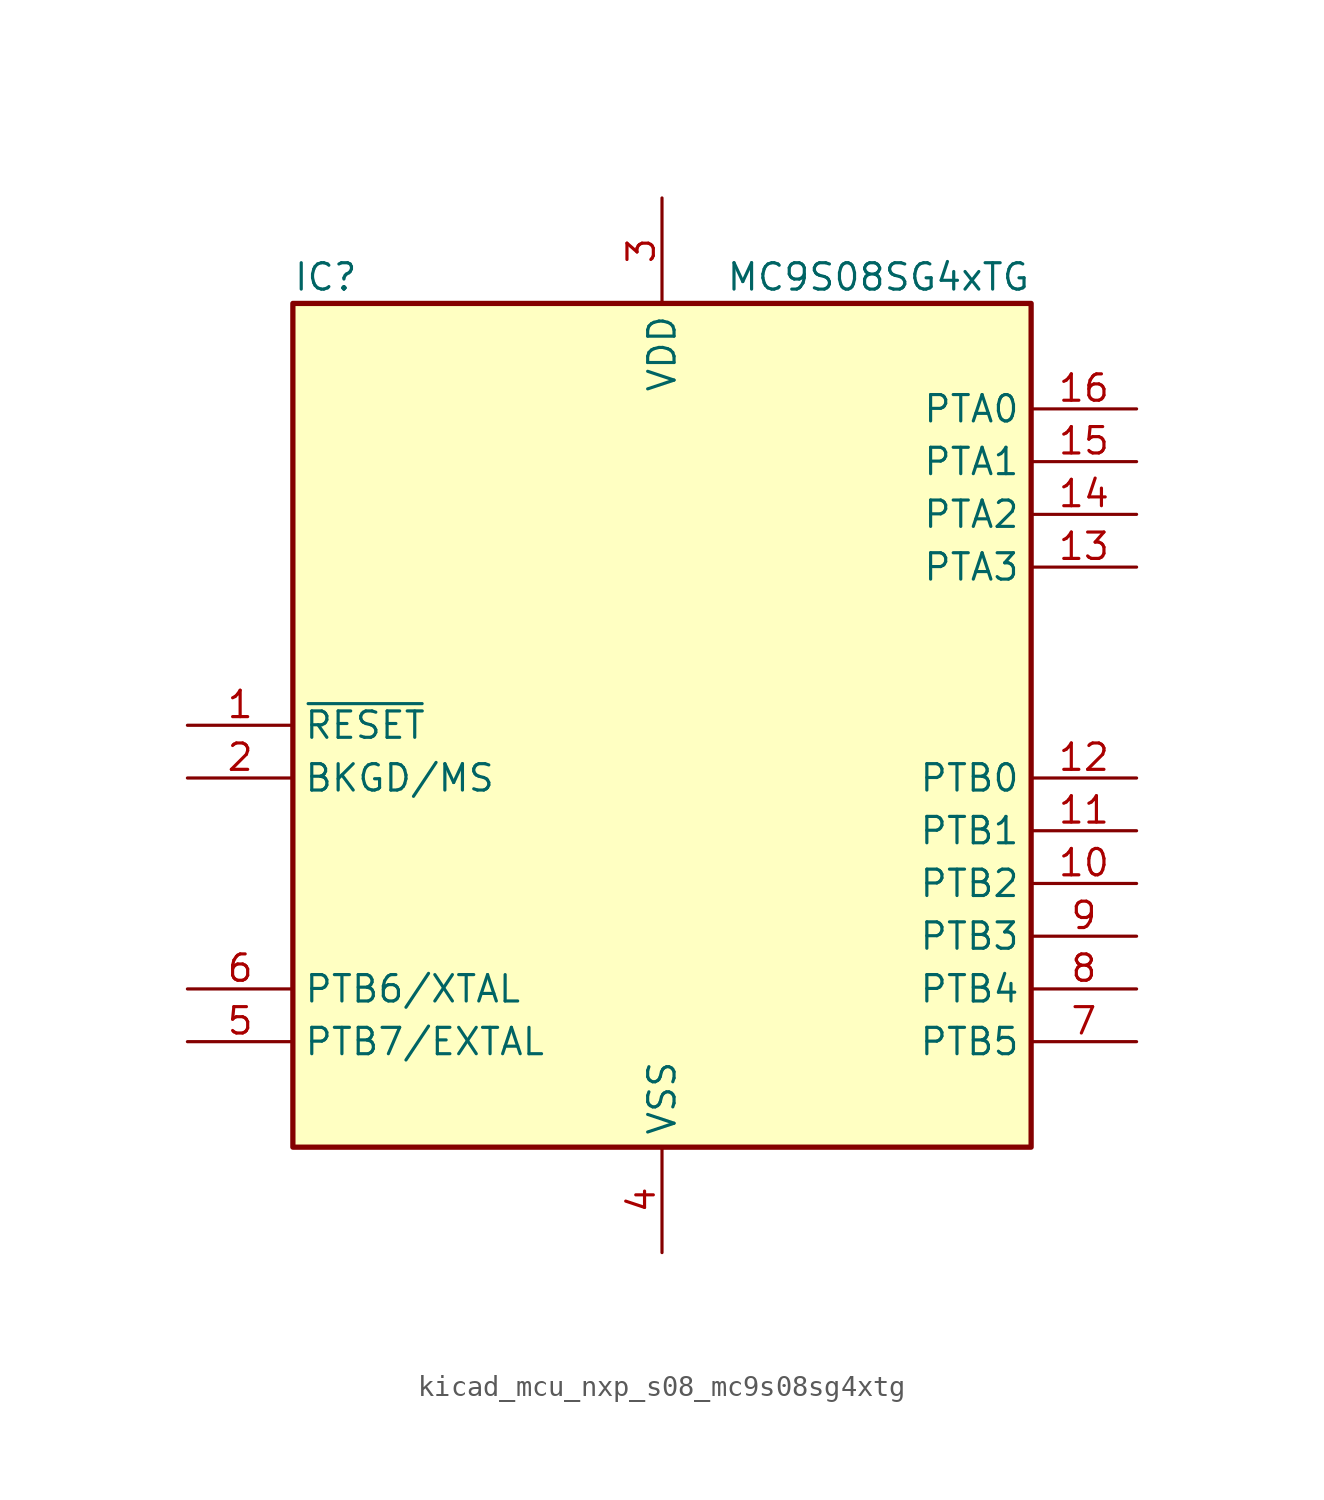
<source format=kicad_sym>
(kicad_symbol_lib
  (version 20220914)
  (generator kicad_symbol_editor)
  (symbol "kicad_mcu_nxp_s08_mc9s08sg4xtg"
    (property "Reference" "IC"
      (at -17.78 21.59 0)
      (effects (font (size 1.27 1.27)) (justify left)))
    (property "Value" "MC9S08SG4xTG"
      (at 17.78 21.59 0)
      (effects (font (size 1.27 1.27)) (justify right)))
    (symbol "kicad_mcu_nxp_s08_mc9s08sg4xtg_0_1"
      (rectangle (start -17.78 20.32) (end 17.78 -20.32) (stroke (width 0.254) (type default)) (fill (type background))))
    (symbol "kicad_mcu_nxp_s08_mc9s08sg4xtg_1_1"
      (pin input line (at -22.86 0 0) (length 5.08) (name "~{RESET}" (effects (font (size 1.27 1.27)))) (number "1" (effects (font (size 1.27 1.27)))))
      (pin bidirectional line (at 22.86 -7.62 180) (length 5.08) (name "PTB2" (effects (font (size 1.27 1.27)))) (number "10" (effects (font (size 1.27 1.27)))))
      (pin bidirectional line (at 22.86 -5.08 180) (length 5.08) (name "PTB1" (effects (font (size 1.27 1.27)))) (number "11" (effects (font (size 1.27 1.27)))))
      (pin bidirectional line (at 22.86 -2.54 180) (length 5.08) (name "PTB0" (effects (font (size 1.27 1.27)))) (number "12" (effects (font (size 1.27 1.27)))))
      (pin bidirectional line (at 22.86 7.62 180) (length 5.08) (name "PTA3" (effects (font (size 1.27 1.27)))) (number "13" (effects (font (size 1.27 1.27)))))
      (pin bidirectional line (at 22.86 10.16 180) (length 5.08) (name "PTA2" (effects (font (size 1.27 1.27)))) (number "14" (effects (font (size 1.27 1.27)))))
      (pin bidirectional line (at 22.86 12.7 180) (length 5.08) (name "PTA1" (effects (font (size 1.27 1.27)))) (number "15" (effects (font (size 1.27 1.27)))))
      (pin bidirectional line (at 22.86 15.24 180) (length 5.08) (name "PTA0" (effects (font (size 1.27 1.27)))) (number "16" (effects (font (size 1.27 1.27)))))
      (pin bidirectional line (at -22.86 -2.54 0) (length 5.08) (name "BKGD/MS" (effects (font (size 1.27 1.27)))) (number "2" (effects (font (size 1.27 1.27)))))
      (pin power_in line (at 0 25.4 270) (length 5.08) (name "VDD" (effects (font (size 1.27 1.27)))) (number "3" (effects (font (size 1.27 1.27)))))
      (pin power_in line (at 0 -25.4 90) (length 5.08) (name "VSS" (effects (font (size 1.27 1.27)))) (number "4" (effects (font (size 1.27 1.27)))))
      (pin bidirectional line (at -22.86 -15.24 0) (length 5.08) (name "PTB7/EXTAL" (effects (font (size 1.27 1.27)))) (number "5" (effects (font (size 1.27 1.27)))))
      (pin bidirectional line (at -22.86 -12.7 0) (length 5.08) (name "PTB6/XTAL" (effects (font (size 1.27 1.27)))) (number "6" (effects (font (size 1.27 1.27)))))
      (pin bidirectional line (at 22.86 -15.24 180) (length 5.08) (name "PTB5" (effects (font (size 1.27 1.27)))) (number "7" (effects (font (size 1.27 1.27)))))
      (pin bidirectional line (at 22.86 -12.7 180) (length 5.08) (name "PTB4" (effects (font (size 1.27 1.27)))) (number "8" (effects (font (size 1.27 1.27)))))
      (pin bidirectional line (at 22.86 -10.16 180) (length 5.08) (name "PTB3" (effects (font (size 1.27 1.27)))) (number "9" (effects (font (size 1.27 1.27))))))))
</source>
